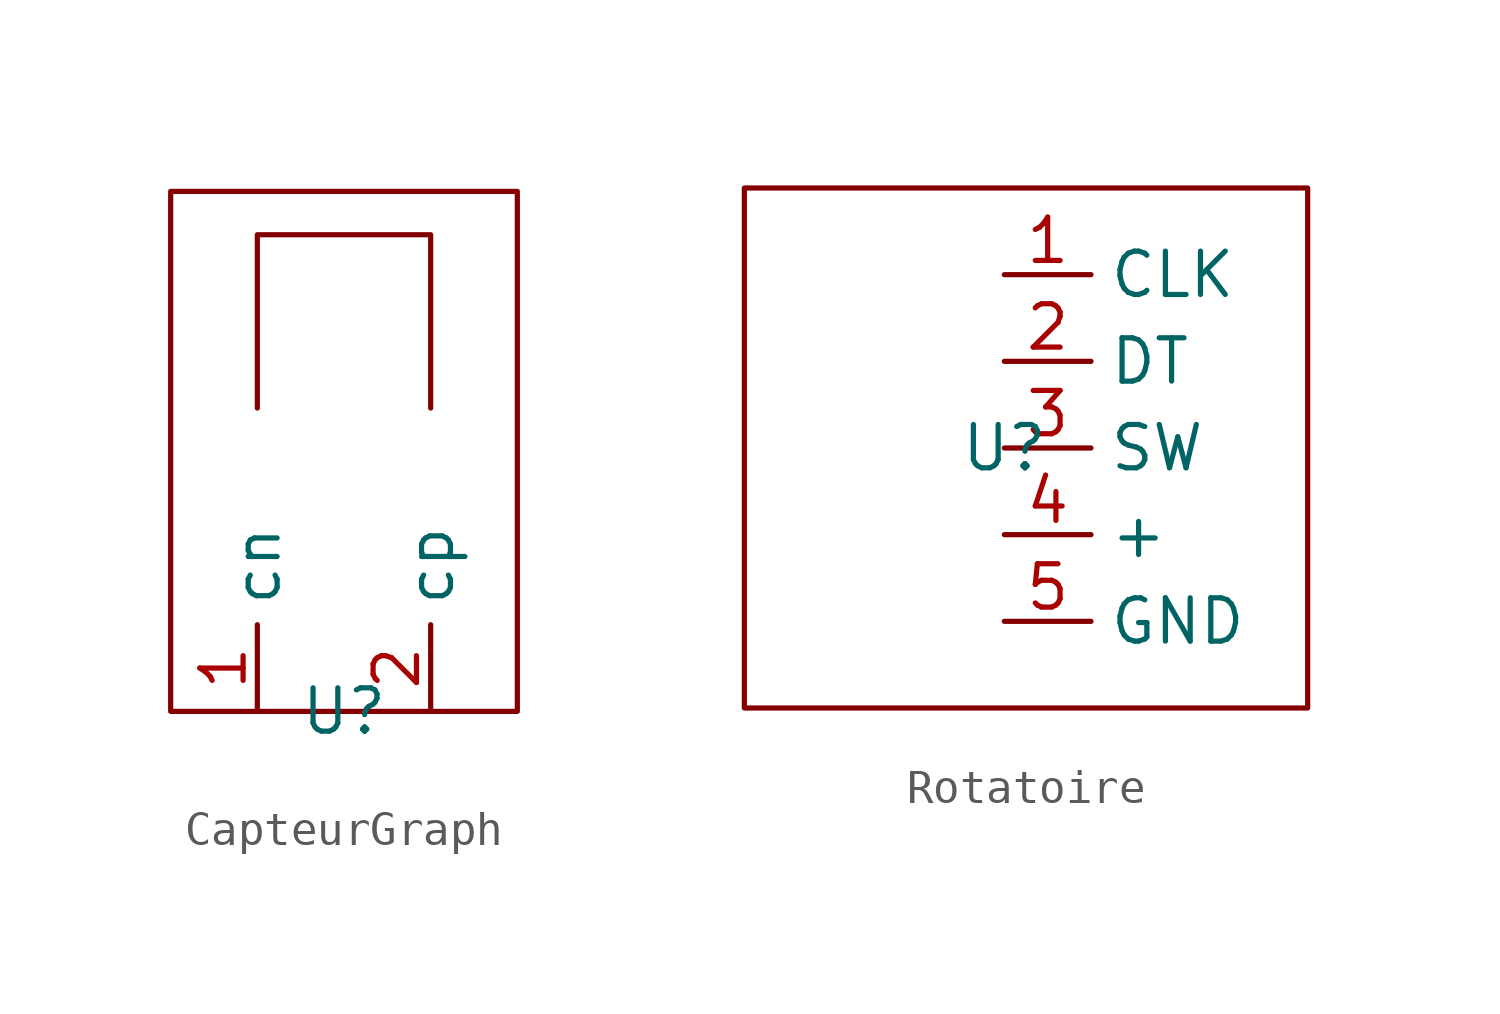
<source format=kicad_sym>
(kicad_symbol_lib
  (version 20231120)
  (generator "kicad_symbol_editor")
  (generator_version "8.0")
  (symbol "CapteurGraph"
    (property "Reference" "U"
      (at 0 0 0)
      (effects (font (size 1.27 1.27))))
    (property "Value" ""
      (at 0 0 0)
      (effects (font (size 1.27 1.27))))
    (symbol "CapteurGraph_0_1"
      (rectangle (start -5.08 15.24) (end 5.08 0) (stroke (width 0) (type default)) (fill (type none)))
      (polyline (pts (xy -2.54 8.89) (xy -2.54 13.97) (xy 2.54 13.97) (xy 2.54 8.89)) (stroke (width 0) (type default)) (fill (type none))))
    (symbol "CapteurGraph_1_1"
      (pin input line (at -2.54 0 90) (length 2.54) (name "cn" (effects (font (size 1.27 1.27)))) (number "1" (effects (font (size 1.27 1.27)))))
      (pin input line (at 2.54 0 90) (length 2.54) (name "cp" (effects (font (size 1.27 1.27)))) (number "2" (effects (font (size 1.27 1.27)))))))
  (symbol "Rotatoire"
    (property "Reference" "U"
      (at 0 0 0)
      (effects (font (size 1.27 1.27))))
    (property "Value" ""
      (at 0 0 0)
      (effects (font (size 1.27 1.27))))
    (symbol "Rotatoire_0_1"
      (rectangle (start -7.62 7.62) (end 8.89 -7.62) (stroke (width 0) (type default)) (fill (type none))))
    (symbol "Rotatoire_1_1"
      (pin input line (at 0 5.08 0) (length 2.54) (name "CLK" (effects (font (size 1.27 1.27)))) (number "1" (effects (font (size 1.27 1.27)))))
      (pin input line (at 0 2.54 0) (length 2.54) (name "DT" (effects (font (size 1.27 1.27)))) (number "2" (effects (font (size 1.27 1.27)))))
      (pin input line (at 0 0 0) (length 2.54) (name "SW" (effects (font (size 1.27 1.27)))) (number "3" (effects (font (size 1.27 1.27)))))
      (pin input line (at 0 -2.54 0) (length 2.54) (name "+" (effects (font (size 1.27 1.27)))) (number "4" (effects (font (size 1.27 1.27)))))
      (pin input line (at 0 -5.08 0) (length 2.54) (name "GND" (effects (font (size 1.27 1.27)))) (number "5" (effects (font (size 1.27 1.27))))))))
</source>
